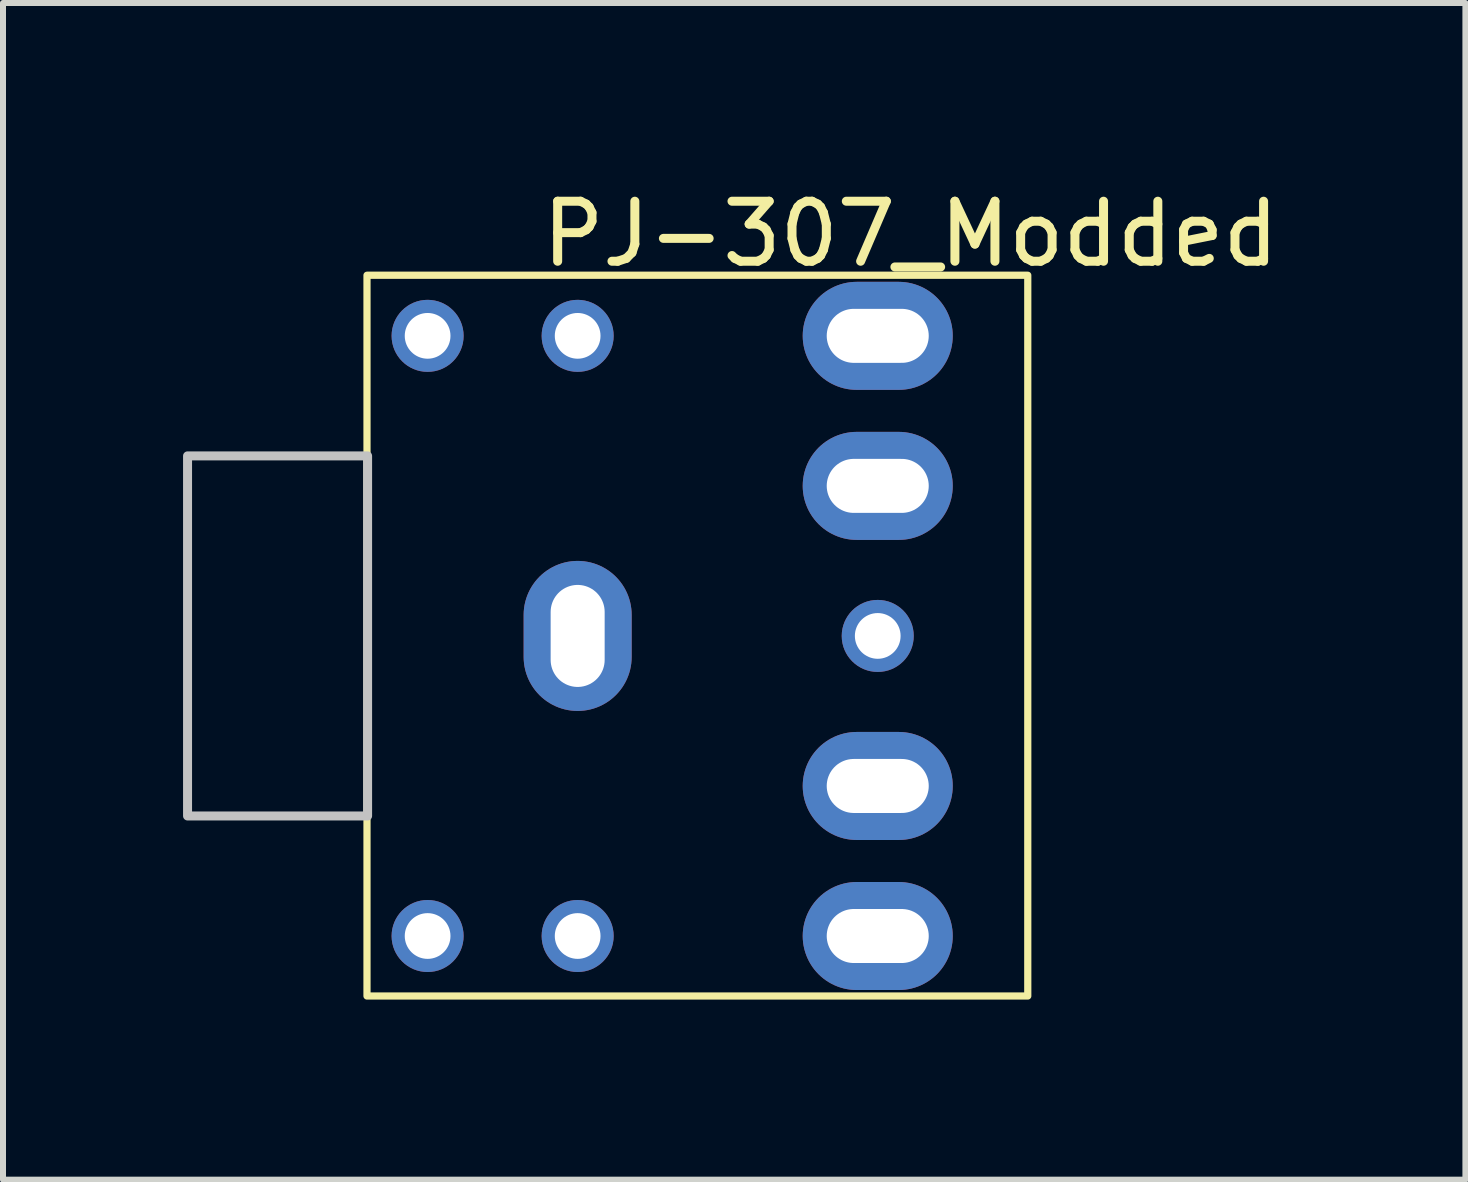
<source format=kicad_pcb>
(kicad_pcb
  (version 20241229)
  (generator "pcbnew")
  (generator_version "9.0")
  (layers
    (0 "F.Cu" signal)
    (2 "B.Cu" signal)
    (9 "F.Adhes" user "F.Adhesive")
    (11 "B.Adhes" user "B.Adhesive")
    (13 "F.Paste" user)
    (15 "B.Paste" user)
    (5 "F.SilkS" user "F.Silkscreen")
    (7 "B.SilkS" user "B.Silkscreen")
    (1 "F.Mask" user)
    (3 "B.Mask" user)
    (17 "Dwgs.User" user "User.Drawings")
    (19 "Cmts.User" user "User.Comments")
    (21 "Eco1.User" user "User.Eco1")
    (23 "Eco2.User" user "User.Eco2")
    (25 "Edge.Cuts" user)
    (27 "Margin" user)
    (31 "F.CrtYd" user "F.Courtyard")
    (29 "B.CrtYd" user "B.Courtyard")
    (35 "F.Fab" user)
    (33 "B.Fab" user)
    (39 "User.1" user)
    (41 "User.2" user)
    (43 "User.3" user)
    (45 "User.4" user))
  (footprint "PJ-307_Modded"
    (layer "F.Cu")
    (at 9.575 7.546)
    (property "Reference" "PJ-307_Modded" (at 2.548 -6.698 0) (layer "F.SilkS") (effects (font (size 1 1) (thickness 0.15))))
    (attr through_hole)
    (fp_rect (start -6.51 -6.01) (end 4.5 6) (stroke (width 0.12) (type solid)) (fill no) (layer "F.SilkS"))
    (fp_poly (pts (xy -6.5 -3) (xy -6.5 3) (xy -9.5 3) (xy -9.5 -3)) (stroke (width 0.15) (type solid)) (fill no) (layer "Dwgs.User"))
    (pad "" np_thru_hole circle (at -5.5 -5) (size 1.2 1.2) (drill 0.762) (layers "*.Cu" "*.Mask"))
    (pad "" np_thru_hole circle (at -5.5 5) (size 1.2 1.2) (drill 0.762) (layers "*.Cu" "*.Mask"))
    (pad "" np_thru_hole circle (at -3 -5) (size 1.2 1.2) (drill 0.762) (layers "*.Cu" "*.Mask"))
    (pad "" np_thru_hole circle (at -3 5) (size 1.2 1.2) (drill 0.762) (layers "*.Cu" "*.Mask"))
    (pad "" np_thru_hole circle (at 2 0) (size 1.2 1.2) (drill 0.762) (layers "*.Cu" "*.Mask"))
    (pad "R" thru_hole oval (at 2 -5) (size 2.5 1.8) (drill oval 1.7 0.9) (layers "*.Cu" "*.Mask"))
    (pad "RN" thru_hole oval (at 2 -2.5) (size 2.5 1.8) (drill oval 1.7 0.9) (layers "*.Cu" "*.Mask"))
    (pad "S" thru_hole oval (at -3 0 90) (size 2.5 1.8) (drill oval 1.7 0.9) (layers "*.Cu" "*.Mask"))
    (pad "T" thru_hole oval (at 2 5) (size 2.5 1.8) (drill oval 1.7 0.9) (layers "*.Cu" "*.Mask"))
    (pad "TN" thru_hole oval (at 2 2.5) (size 2.5 1.8) (drill oval 1.7 0.9) (layers "*.Cu" "*.Mask")))
  (gr_rect
    (start -3 -3)
    (end 21.367 16.606)
    (stroke (width 0.1) (type default))
    (fill no)
    (layer "Edge.Cuts")))
</source>
